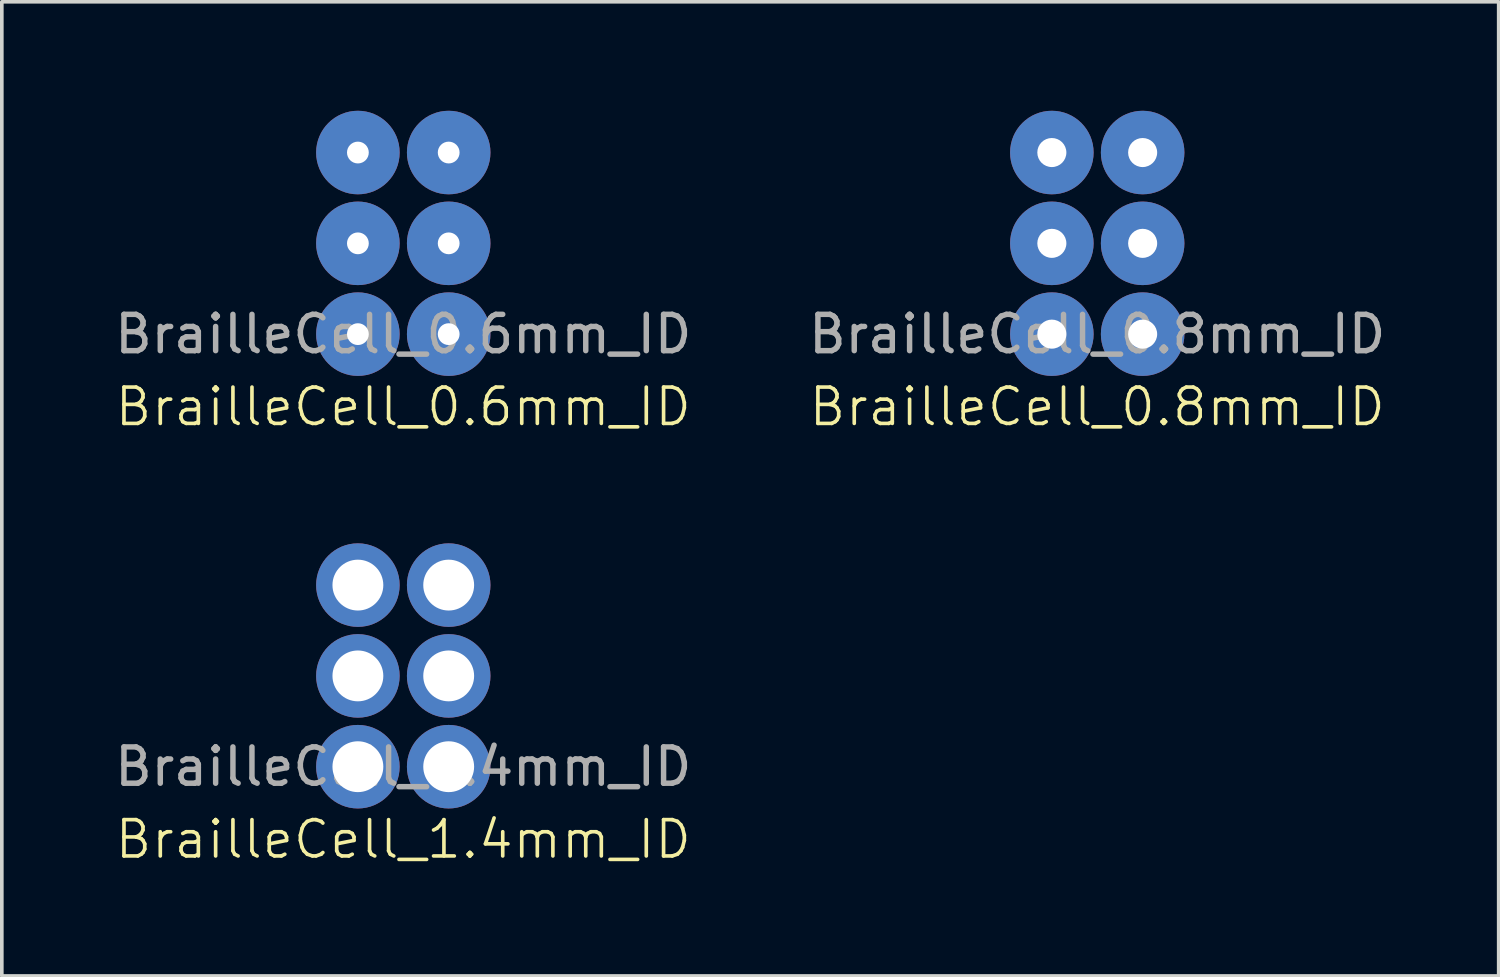
<source format=kicad_pcb>
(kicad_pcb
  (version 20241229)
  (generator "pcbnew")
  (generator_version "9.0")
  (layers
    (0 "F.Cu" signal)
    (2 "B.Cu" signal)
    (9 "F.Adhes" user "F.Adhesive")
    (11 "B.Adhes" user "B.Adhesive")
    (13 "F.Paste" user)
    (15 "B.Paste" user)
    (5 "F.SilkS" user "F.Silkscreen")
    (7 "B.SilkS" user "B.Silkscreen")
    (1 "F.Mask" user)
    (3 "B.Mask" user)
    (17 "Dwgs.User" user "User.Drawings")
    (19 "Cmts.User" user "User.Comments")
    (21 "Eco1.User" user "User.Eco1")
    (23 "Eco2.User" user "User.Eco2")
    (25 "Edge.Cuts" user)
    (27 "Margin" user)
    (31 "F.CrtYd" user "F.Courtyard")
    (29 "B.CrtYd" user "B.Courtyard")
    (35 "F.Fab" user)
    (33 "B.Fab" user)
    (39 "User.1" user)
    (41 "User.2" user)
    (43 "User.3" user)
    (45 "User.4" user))
  (footprint "BrailleCell_0.6mm_ID"
    (layer "F.Cu")
    (at 8.054 3.65)
    (property "Reference" "BrailleCell_0.6mm_ID" (at 0 4.5 0) (unlocked yes) (layer "F.SilkS") (effects (font (size 1 1) (thickness 0.1))))
    (attr smd)
    (fp_text user "${REFERENCE}" (at 0 2.5 0) (unlocked yes) (layer "F.Fab") (effects (font (size 1 1) (thickness 0.15))))
    (pad "1" thru_hole circle (at -1.25 -2.5) (size 2.3 2.3) (drill 0.6) (layers "*.Cu" "*.Mask"))
    (pad "1" thru_hole circle (at -1.25 0) (size 2.3 2.3) (drill 0.6) (layers "*.Cu" "*.Mask"))
    (pad "1" thru_hole circle (at -1.25 2.5) (size 2.3 2.3) (drill 0.6) (layers "*.Cu" "*.Mask"))
    (pad "1" thru_hole circle (at 1.25 -2.5) (size 2.3 2.3) (drill 0.6) (layers "*.Cu" "*.Mask"))
    (pad "1" thru_hole circle (at 1.25 0) (size 2.3 2.3) (drill 0.6) (layers "*.Cu" "*.Mask"))
    (pad "1" thru_hole circle (at 1.25 2.5) (size 2.3 2.3) (drill 0.6) (layers "*.Cu" "*.Mask")))
  (footprint "BrailleCell_0.8mm_ID"
    (layer "F.Cu")
    (at 27.161 3.65)
    (property "Reference" "BrailleCell_0.8mm_ID" (at 0 4.5 0) (unlocked yes) (layer "F.SilkS") (effects (font (size 1 1) (thickness 0.1))))
    (attr smd)
    (fp_text user "${REFERENCE}" (at 0 2.5 0) (unlocked yes) (layer "F.Fab") (effects (font (size 1 1) (thickness 0.15))))
    (pad "1" thru_hole circle (at -1.25 -2.5) (size 2.3 2.3) (drill 0.8) (layers "*.Cu" "*.Mask"))
    (pad "1" thru_hole circle (at -1.25 0) (size 2.3 2.3) (drill 0.8) (layers "*.Cu" "*.Mask"))
    (pad "1" thru_hole circle (at -1.25 2.5) (size 2.3 2.3) (drill 0.8) (layers "*.Cu" "*.Mask"))
    (pad "1" thru_hole circle (at 1.25 -2.5) (size 2.3 2.3) (drill 0.8) (layers "*.Cu" "*.Mask"))
    (pad "1" thru_hole circle (at 1.25 0) (size 2.3 2.3) (drill 0.8) (layers "*.Cu" "*.Mask"))
    (pad "1" thru_hole circle (at 1.25 2.5) (size 2.3 2.3) (drill 0.8) (layers "*.Cu" "*.Mask")))
  (footprint "BrailleCell_1.4mm_ID"
    (layer "F.Cu")
    (at 8.054 15.56)
    (property "Reference" "BrailleCell_1.4mm_ID" (at 0 4.5 0) (unlocked yes) (layer "F.SilkS") (effects (font (size 1 1) (thickness 0.1))))
    (attr smd)
    (fp_text user "${REFERENCE}" (at 0 2.5 0) (unlocked yes) (layer "F.Fab") (effects (font (size 1 1) (thickness 0.15))))
    (pad "1" thru_hole circle (at -1.25 -2.5) (size 2.3 2.3) (drill 1.4) (layers "*.Cu" "*.Mask"))
    (pad "1" thru_hole circle (at -1.25 0) (size 2.3 2.3) (drill 1.4) (layers "*.Cu" "*.Mask"))
    (pad "1" thru_hole circle (at -1.25 2.5) (size 2.3 2.3) (drill 1.4) (layers "*.Cu" "*.Mask"))
    (pad "1" thru_hole circle (at 1.25 -2.5) (size 2.3 2.3) (drill 1.4) (layers "*.Cu" "*.Mask"))
    (pad "1" thru_hole circle (at 1.25 0) (size 2.3 2.3) (drill 1.4) (layers "*.Cu" "*.Mask"))
    (pad "1" thru_hole circle (at 1.25 2.5) (size 2.3 2.3) (drill 1.4) (layers "*.Cu" "*.Mask")))
  (gr_rect
    (start -3 -3)
    (end 38.214 23.821)
    (stroke (width 0.1) (type default))
    (fill no)
    (layer "Edge.Cuts")))
</source>
